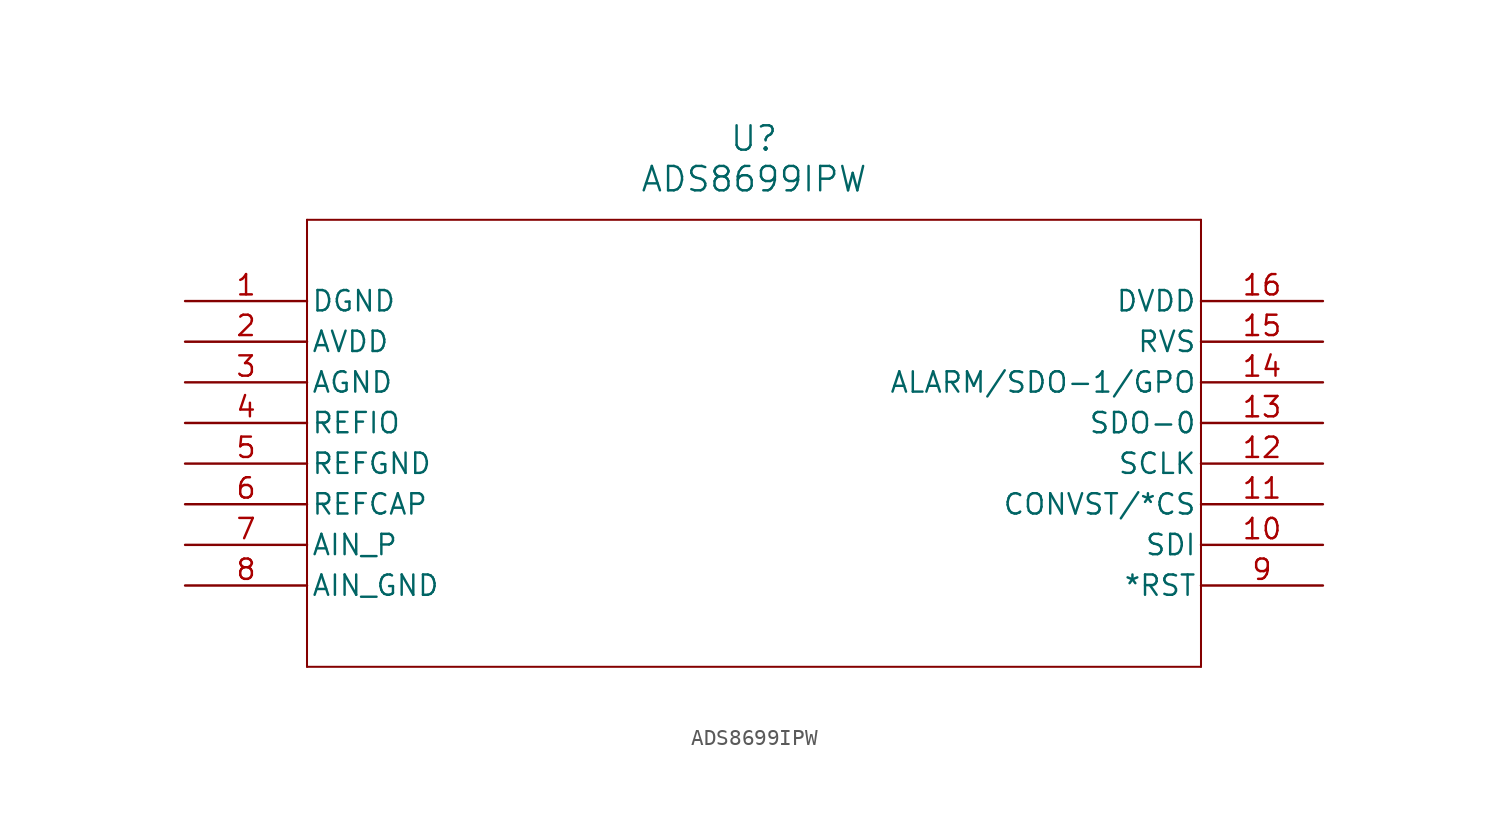
<source format=kicad_sym>
(kicad_symbol_lib
  (version 20241209)
  (generator "kicad_symbol_editor")
  (generator_version "9.0")
  (symbol "ADS8699IPW"
    (pin_names
      (offset 0.254))
    (property "Reference" "U"
      (at 35.56 10.16 0)
      (effects (font (size 1.524 1.524))))
    (property "Value" "ADS8699IPW"
      (at 35.56 7.62 0)
      (effects (font (size 1.524 1.524))))
    (property "ki_locked" ""
      (at 0 0 0)
      (effects (font (size 1.27 1.27))))
    (symbol "ADS8699IPW_0_1"
      (polyline (pts (xy 7.62 5.08) (xy 7.62 -22.86)) (stroke (width 0.127) (type default)) (fill (type none)))
      (polyline (pts (xy 7.62 -22.86) (xy 63.5 -22.86)) (stroke (width 0.127) (type default)) (fill (type none)))
      (polyline (pts (xy 63.5 5.08) (xy 7.62 5.08)) (stroke (width 0.127) (type default)) (fill (type none)))
      (polyline (pts (xy 63.5 -22.86) (xy 63.5 5.08)) (stroke (width 0.127) (type default)) (fill (type none)))
      (pin power_in line (at 0 0 0) (length 7.62) (name "DGND" (effects (font (size 1.27 1.27)))) (number "1" (effects (font (size 1.27 1.27)))))
      (pin power_in line (at 0 -2.54 0) (length 7.62) (name "AVDD" (effects (font (size 1.27 1.27)))) (number "2" (effects (font (size 1.27 1.27)))))
      (pin power_in line (at 0 -5.08 0) (length 7.62) (name "AGND" (effects (font (size 1.27 1.27)))) (number "3" (effects (font (size 1.27 1.27)))))
      (pin bidirectional line (at 0 -7.62 0) (length 7.62) (name "REFIO" (effects (font (size 1.27 1.27)))) (number "4" (effects (font (size 1.27 1.27)))))
      (pin power_in line (at 0 -10.16 0) (length 7.62) (name "REFGND" (effects (font (size 1.27 1.27)))) (number "5" (effects (font (size 1.27 1.27)))))
      (pin output line (at 0 -12.7 0) (length 7.62) (name "REFCAP" (effects (font (size 1.27 1.27)))) (number "6" (effects (font (size 1.27 1.27)))))
      (pin input line (at 0 -15.24 0) (length 7.62) (name "AIN_P" (effects (font (size 1.27 1.27)))) (number "7" (effects (font (size 1.27 1.27)))))
      (pin input line (at 0 -17.78 0) (length 7.62) (name "AIN_GND" (effects (font (size 1.27 1.27)))) (number "8" (effects (font (size 1.27 1.27)))))
      (pin power_in line (at 71.12 0 180) (length 7.62) (name "DVDD" (effects (font (size 1.27 1.27)))) (number "16" (effects (font (size 1.27 1.27)))))
      (pin output line (at 71.12 -2.54 180) (length 7.62) (name "RVS" (effects (font (size 1.27 1.27)))) (number "15" (effects (font (size 1.27 1.27)))))
      (pin output line (at 71.12 -5.08 180) (length 7.62) (name "ALARM/SDO-1/GPO" (effects (font (size 1.27 1.27)))) (number "14" (effects (font (size 1.27 1.27)))))
      (pin output line (at 71.12 -7.62 180) (length 7.62) (name "SDO-0" (effects (font (size 1.27 1.27)))) (number "13" (effects (font (size 1.27 1.27)))))
      (pin input line (at 71.12 -10.16 180) (length 7.62) (name "SCLK" (effects (font (size 1.27 1.27)))) (number "12" (effects (font (size 1.27 1.27)))))
      (pin input line (at 71.12 -12.7 180) (length 7.62) (name "CONVST/*CS" (effects (font (size 1.27 1.27)))) (number "11" (effects (font (size 1.27 1.27)))))
      (pin input line (at 71.12 -15.24 180) (length 7.62) (name "SDI" (effects (font (size 1.27 1.27)))) (number "10" (effects (font (size 1.27 1.27)))))
      (pin input line (at 71.12 -17.78 180) (length 7.62) (name "*RST" (effects (font (size 1.27 1.27)))) (number "9" (effects (font (size 1.27 1.27))))))))
</source>
